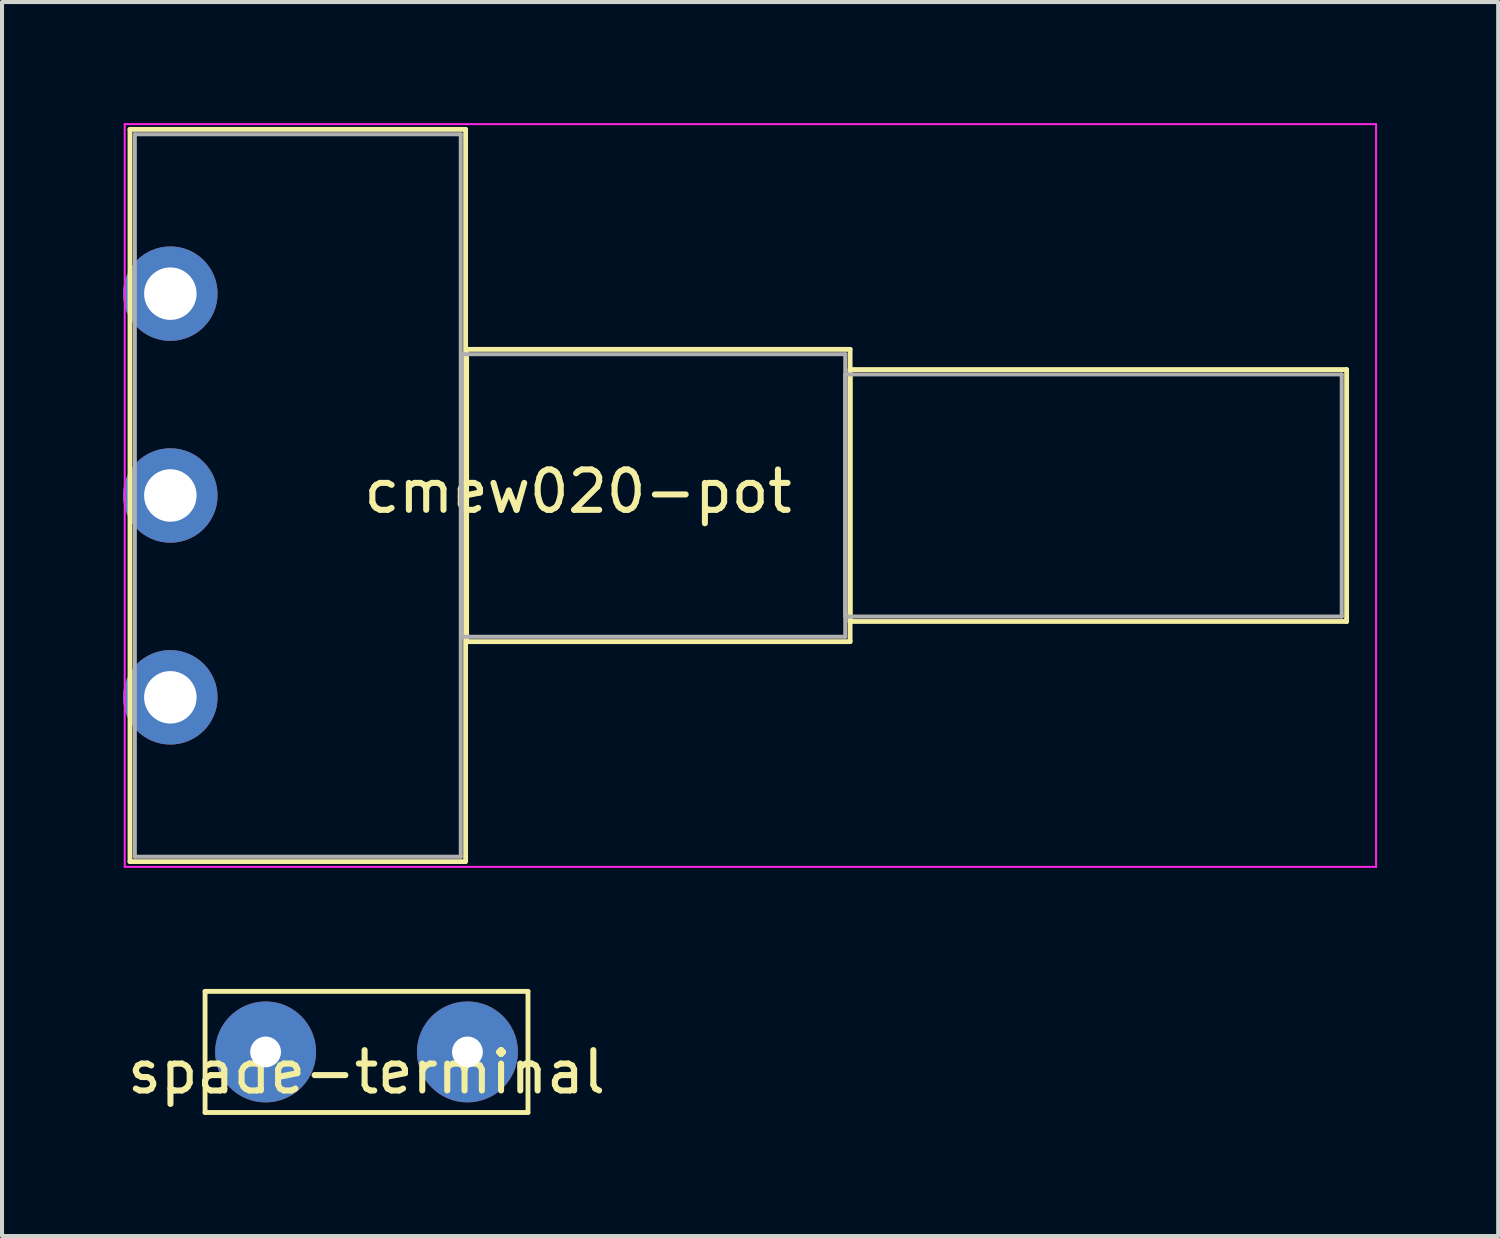
<source format=kicad_pcb>
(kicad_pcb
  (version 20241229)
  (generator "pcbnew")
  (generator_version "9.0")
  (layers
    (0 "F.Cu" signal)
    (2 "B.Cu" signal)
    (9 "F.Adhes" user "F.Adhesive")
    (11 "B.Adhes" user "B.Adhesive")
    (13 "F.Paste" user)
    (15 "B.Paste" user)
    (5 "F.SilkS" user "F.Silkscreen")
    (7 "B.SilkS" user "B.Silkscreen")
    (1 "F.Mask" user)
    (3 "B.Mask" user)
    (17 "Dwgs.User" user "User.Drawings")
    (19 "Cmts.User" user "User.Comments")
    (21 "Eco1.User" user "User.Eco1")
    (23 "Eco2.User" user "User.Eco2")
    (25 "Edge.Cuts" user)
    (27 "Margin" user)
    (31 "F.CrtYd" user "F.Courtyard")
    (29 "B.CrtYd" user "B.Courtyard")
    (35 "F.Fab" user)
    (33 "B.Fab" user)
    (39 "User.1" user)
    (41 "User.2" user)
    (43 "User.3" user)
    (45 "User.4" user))
  (footprint "cmew020-pot"
    (layer "F.Cu")
    (at 1.17 14.225)
    (property "Reference" "cmew020-pot" (at 10.1 -5.1 0) (layer "F.SilkS") (effects (font (size 1 1) (thickness 0.15))))
    (attr through_hole)
    (fp_line (start -1 -14.07) (end -1 4.07) (stroke (width 0.12) (type solid)) (layer "F.SilkS"))
    (fp_line (start -1 -14.07) (end 7.315 -14.07) (stroke (width 0.12) (type solid)) (layer "F.SilkS"))
    (fp_line (start -1 4.07) (end 7.3 4.07) (stroke (width 0.12) (type solid)) (layer "F.SilkS"))
    (fp_line (start 7.315 -14.07) (end 7.315 4.07) (stroke (width 0.12) (type solid)) (layer "F.SilkS"))
    (fp_line (start 7.34 -8.62) (end 7.34 -1.38) (stroke (width 0.12) (type solid)) (layer "F.SilkS"))
    (fp_line (start 7.34 -8.62) (end 16.84 -8.62) (stroke (width 0.12) (type solid)) (layer "F.SilkS"))
    (fp_line (start 7.34 -1.38) (end 16.84 -1.38) (stroke (width 0.12) (type solid)) (layer "F.SilkS"))
    (fp_line (start 16.84 -8.62) (end 16.84 -1.38) (stroke (width 0.12) (type solid)) (layer "F.SilkS"))
    (fp_line (start 16.84 -8.12) (end 16.84 -1.879) (stroke (width 0.12) (type solid)) (layer "F.SilkS"))
    (fp_line (start 16.84 -8.12) (end 29.14 -8.12) (stroke (width 0.12) (type solid)) (layer "F.SilkS"))
    (fp_line (start 16.84 -1.879) (end 29.14 -1.879) (stroke (width 0.12) (type solid)) (layer "F.SilkS"))
    (fp_line (start 29.14 -8.12) (end 29.14 -1.879) (stroke (width 0.12) (type solid)) (layer "F.SilkS"))
    (fp_line (start -1.13 -14.2) (end -1.13 4.2) (stroke (width 0.05) (type solid)) (layer "F.CrtYd"))
    (fp_line (start -1.13 4.2) (end 29.87 4.2) (stroke (width 0.05) (type solid)) (layer "F.CrtYd"))
    (fp_line (start 29.87 -14.2) (end -1.13 -14.2) (stroke (width 0.05) (type solid)) (layer "F.CrtYd"))
    (fp_line (start 29.87 4.2) (end 29.87 -14.2) (stroke (width 0.05) (type solid)) (layer "F.CrtYd"))
    (fp_line (start -0.88 -13.95) (end -0.88 3.95) (stroke (width 0.1) (type solid)) (layer "F.Fab"))
    (fp_line (start -0.88 3.95) (end 7.195 3.95) (stroke (width 0.1) (type solid)) (layer "F.Fab"))
    (fp_line (start 7.195 -13.95) (end -0.88 -13.95) (stroke (width 0.1) (type solid)) (layer "F.Fab"))
    (fp_line (start 7.195 3.95) (end 7.195 -13.95) (stroke (width 0.1) (type solid)) (layer "F.Fab"))
    (fp_line (start 7.22 -8.5) (end 7.22 -1.5) (stroke (width 0.1) (type solid)) (layer "F.Fab"))
    (fp_line (start 7.22 -1.5) (end 16.72 -1.5) (stroke (width 0.1) (type solid)) (layer "F.Fab"))
    (fp_line (start 16.72 -8.5) (end 7.22 -8.5) (stroke (width 0.1) (type solid)) (layer "F.Fab"))
    (fp_line (start 16.72 -8) (end 16.72 -2) (stroke (width 0.1) (type solid)) (layer "F.Fab"))
    (fp_line (start 16.72 -2) (end 29.02 -2) (stroke (width 0.1) (type solid)) (layer "F.Fab"))
    (fp_line (start 16.72 -1.5) (end 16.72 -8.5) (stroke (width 0.1) (type solid)) (layer "F.Fab"))
    (fp_line (start 29.02 -8) (end 16.72 -8) (stroke (width 0.1) (type solid)) (layer "F.Fab"))
    (fp_line (start 29.02 -2) (end 29.02 -8) (stroke (width 0.1) (type solid)) (layer "F.Fab"))
    (pad "1" thru_hole circle (at 0 0) (size 2.34 2.34) (drill 1.3) (layers "*.Cu" "*.Mask"))
    (pad "2" thru_hole circle (at 0 -5) (size 2.34 2.34) (drill 1.3) (layers "*.Cu" "*.Mask"))
    (pad "3" thru_hole circle (at 0 -10) (size 2.34 2.34) (drill 1.3) (layers "*.Cu" "*.Mask")))
  (footprint "spade-terminal"
    (layer "F.Cu")
    (at 6.03 23.01)
    (property "Reference" "spade-terminal" (at 0 0.5 0) (layer "F.SilkS") (effects (font (size 1 1) (thickness 0.15))))
    (attr through_hole)
    (fp_line (start -4 -1.5) (end -4 1.5) (stroke (width 0.12) (type solid)) (layer "F.SilkS"))
    (fp_line (start -4 1.5) (end 4 1.5) (stroke (width 0.12) (type solid)) (layer "F.SilkS"))
    (fp_line (start 4 -1.5) (end -4 -1.5) (stroke (width 0.12) (type solid)) (layer "F.SilkS"))
    (fp_line (start 4 1.5) (end 4 -1.5) (stroke (width 0.12) (type solid)) (layer "F.SilkS"))
    (pad "1" thru_hole circle (at -2.5 0) (size 2.5 2.5) (drill 0.762) (layers "*.Cu" "*.Mask"))
    (pad "1" thru_hole circle (at 2.5 0) (size 2.5 2.5) (drill 0.762) (layers "*.Cu" "*.Mask")))
  (gr_rect
    (start -3 -3)
    (end 34.065 27.57)
    (stroke (width 0.1) (type default))
    (fill no)
    (layer "Edge.Cuts")))
</source>
